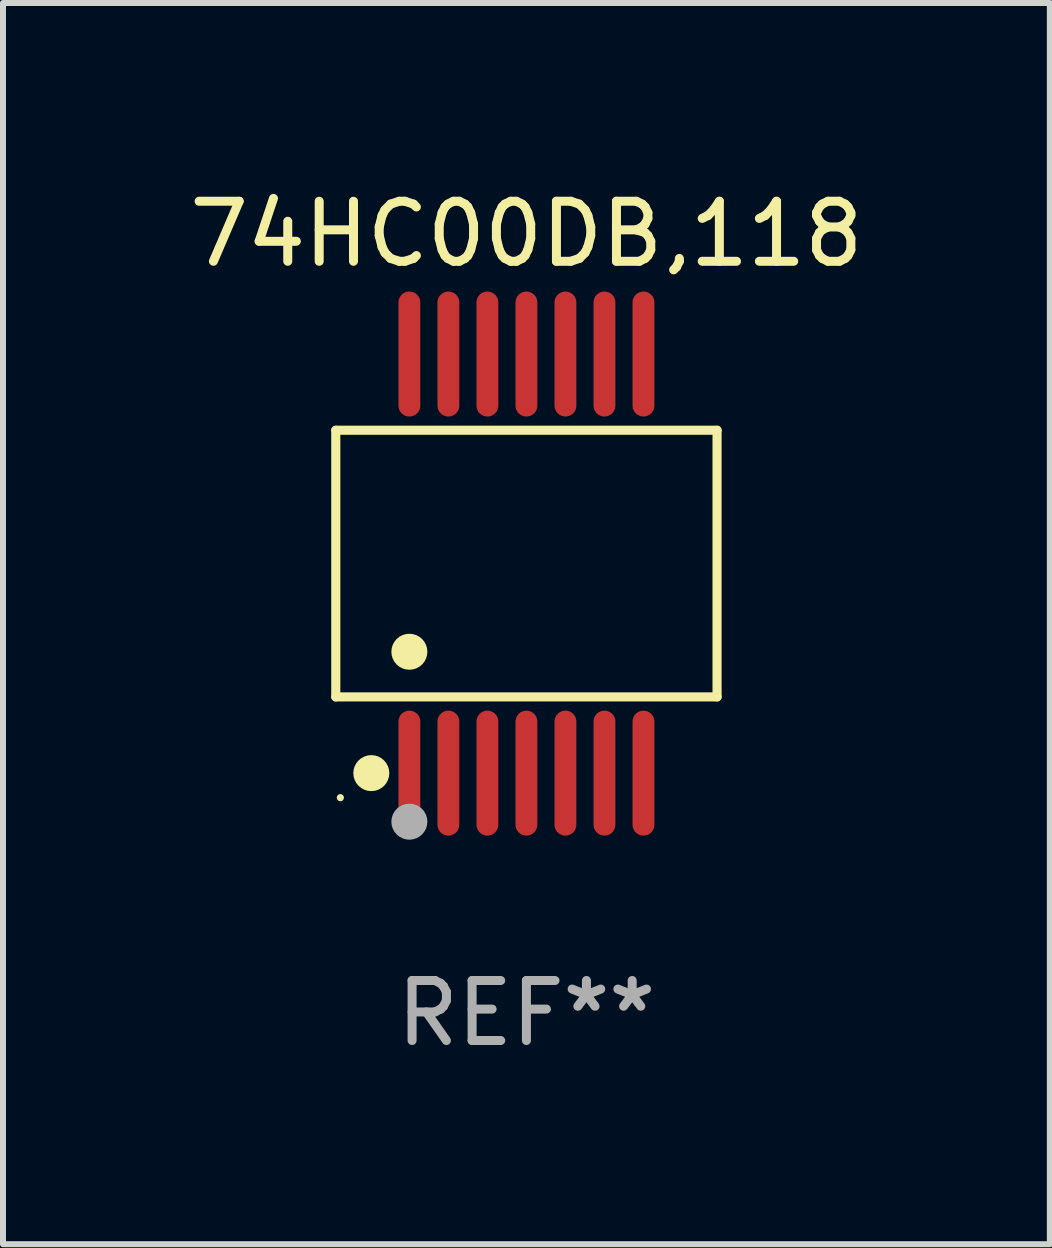
<source format=kicad_pcb>
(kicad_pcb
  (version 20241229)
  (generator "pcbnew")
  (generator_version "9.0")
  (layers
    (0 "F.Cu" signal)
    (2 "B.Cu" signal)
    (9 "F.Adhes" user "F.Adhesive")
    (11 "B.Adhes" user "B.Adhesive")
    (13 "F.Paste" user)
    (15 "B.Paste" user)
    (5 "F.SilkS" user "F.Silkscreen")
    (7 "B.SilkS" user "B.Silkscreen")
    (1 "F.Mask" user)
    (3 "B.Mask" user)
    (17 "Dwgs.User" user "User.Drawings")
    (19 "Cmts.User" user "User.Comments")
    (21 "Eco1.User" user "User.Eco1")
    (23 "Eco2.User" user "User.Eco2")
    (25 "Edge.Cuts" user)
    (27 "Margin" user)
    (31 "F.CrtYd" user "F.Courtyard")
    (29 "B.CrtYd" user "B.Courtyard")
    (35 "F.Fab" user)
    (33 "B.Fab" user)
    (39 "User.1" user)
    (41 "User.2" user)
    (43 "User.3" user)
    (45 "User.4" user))
  (footprint "74HC00DB,118"
    (layer "F.Cu")
    (at 5.72 6.339)
    (property "Reference" "74HC00DB,118" (at 0 -5.491 0) (layer "F.SilkS") (effects (font (size 1 1) (thickness 0.15))))
    (attr through_hole)
    (fp_line (start -3.176 -2.221) (end 3.176 -2.221) (stroke (width 0.152) (type solid)) (layer "F.SilkS"))
    (fp_line (start -3.176 2.221) (end -3.176 -2.221) (stroke (width 0.152) (type solid)) (layer "F.SilkS"))
    (fp_line (start 3.176 -2.221) (end 3.176 2.221) (stroke (width 0.152) (type solid)) (layer "F.SilkS"))
    (fp_line (start 3.176 2.221) (end -3.176 2.221) (stroke (width 0.152) (type solid)) (layer "F.SilkS"))
    (fp_circle (center -3.1 3.9) (end -3.07 3.9) (stroke (width 0.06) (type solid)) (fill no) (layer "F.SilkS"))
    (fp_circle (center -2.584 3.491) (end -2.434 3.491) (stroke (width 0.3) (type solid)) (fill no) (layer "F.SilkS"))
    (fp_circle (center -1.95 1.469) (end -1.8 1.469) (stroke (width 0.3) (type solid)) (fill no) (layer "F.SilkS"))
    (fp_circle (center -1.95 4.3) (end -1.8 4.3) (stroke (width 0.3) (type solid)) (fill no) (layer "F.Fab"))
    (fp_text user "REF**" (at 0 7.491 0) (layer "F.Fab") (effects (font (size 1 1) (thickness 0.15))))
    (pad "1" smd oval (at -1.95 3.491) (size 0.364 2.082) (layers "F.Cu" "F.Mask" "F.Paste"))
    (pad "2" smd oval (at -1.3 3.491) (size 0.364 2.082) (layers "F.Cu" "F.Mask" "F.Paste"))
    (pad "3" smd oval (at -0.65 3.491) (size 0.364 2.082) (layers "F.Cu" "F.Mask" "F.Paste"))
    (pad "4" smd oval (at 0 3.491) (size 0.364 2.082) (layers "F.Cu" "F.Mask" "F.Paste"))
    (pad "5" smd oval (at 0.65 3.491) (size 0.364 2.082) (layers "F.Cu" "F.Mask" "F.Paste"))
    (pad "6" smd oval (at 1.3 3.491) (size 0.364 2.082) (layers "F.Cu" "F.Mask" "F.Paste"))
    (pad "7" smd oval (at 1.95 3.491) (size 0.364 2.082) (layers "F.Cu" "F.Mask" "F.Paste"))
    (pad "8" smd oval (at 1.95 -3.491) (size 0.364 2.082) (layers "F.Cu" "F.Mask" "F.Paste"))
    (pad "9" smd oval (at 1.3 -3.491) (size 0.364 2.082) (layers "F.Cu" "F.Mask" "F.Paste"))
    (pad "10" smd oval (at 0.65 -3.491) (size 0.364 2.082) (layers "F.Cu" "F.Mask" "F.Paste"))
    (pad "11" smd oval (at 0 -3.491) (size 0.364 2.082) (layers "F.Cu" "F.Mask" "F.Paste"))
    (pad "12" smd oval (at -0.65 -3.491) (size 0.364 2.082) (layers "F.Cu" "F.Mask" "F.Paste"))
    (pad "13" smd oval (at -1.3 -3.491) (size 0.364 2.082) (layers "F.Cu" "F.Mask" "F.Paste"))
    (pad "14" smd oval (at -1.95 -3.491) (size 0.364 2.082) (layers "F.Cu" "F.Mask" "F.Paste")))
  (gr_rect
    (start -3 -3)
    (end 14.44 17.678)
    (stroke (width 0.1) (type default))
    (fill no)
    (layer "Edge.Cuts")))
</source>
